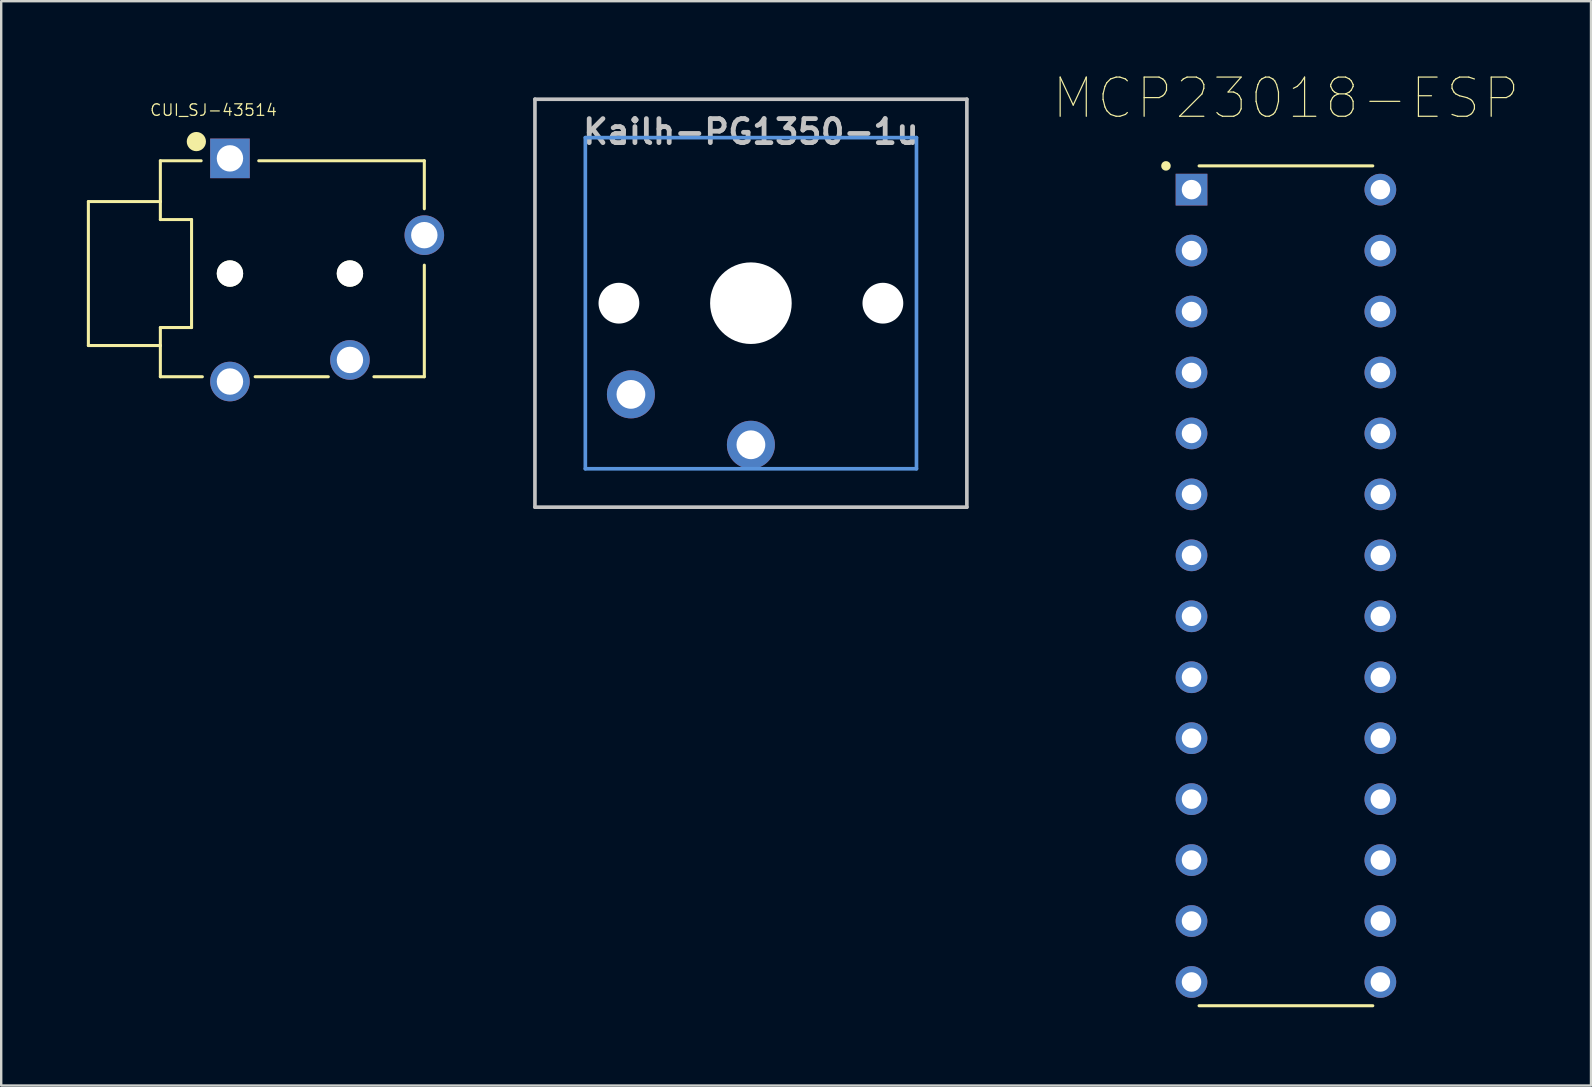
<source format=kicad_pcb>
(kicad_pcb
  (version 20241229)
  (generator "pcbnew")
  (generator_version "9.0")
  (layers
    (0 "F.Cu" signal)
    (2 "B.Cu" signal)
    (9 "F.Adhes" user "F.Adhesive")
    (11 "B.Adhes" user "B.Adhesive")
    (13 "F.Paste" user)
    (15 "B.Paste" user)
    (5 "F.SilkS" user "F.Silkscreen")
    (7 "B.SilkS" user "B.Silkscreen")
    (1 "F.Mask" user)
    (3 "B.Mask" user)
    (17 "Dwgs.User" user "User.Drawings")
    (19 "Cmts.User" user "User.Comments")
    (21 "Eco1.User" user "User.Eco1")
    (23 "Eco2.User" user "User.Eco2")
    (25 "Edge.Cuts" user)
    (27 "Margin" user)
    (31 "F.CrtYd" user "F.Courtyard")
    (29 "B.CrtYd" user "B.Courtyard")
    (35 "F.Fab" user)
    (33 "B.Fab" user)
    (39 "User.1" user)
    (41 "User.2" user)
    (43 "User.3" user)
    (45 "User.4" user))
  (footprint "Kailh-PG1350-1u"
    (layer "F.Cu")
    (at 28.243 9.585)
    (property "Reference" "Kailh-PG1350-1u" (at 0 -7.144 180) (layer "Dwgs.User") (effects (font (size 1 1) (thickness 0.2))))
    (attr through_hole)
    (fp_line (start -9 -8.5) (end 9 -8.5) (stroke (width 0.152) (type solid)) (layer "Dwgs.User"))
    (fp_line (start -9 8.5) (end -9 -8.5) (stroke (width 0.152) (type solid)) (layer "Dwgs.User"))
    (fp_line (start 9 -8.5) (end 9 8.5) (stroke (width 0.152) (type solid)) (layer "Dwgs.User"))
    (fp_line (start 9 8.5) (end -9 8.5) (stroke (width 0.152) (type solid)) (layer "Dwgs.User"))
    (fp_line (start -6.9 -6.9) (end 6.9 -6.9) (stroke (width 0.152) (type solid)) (layer "Cmts.User"))
    (fp_line (start -6.9 6.9) (end -6.9 -6.9) (stroke (width 0.152) (type solid)) (layer "Cmts.User"))
    (fp_line (start 6.9 -6.9) (end 6.9 6.9) (stroke (width 0.152) (type solid)) (layer "Cmts.User"))
    (fp_line (start 6.9 6.9) (end -6.9 6.9) (stroke (width 0.152) (type solid)) (layer "Cmts.User"))
    (fp_line (start -9.525 -9.525) (end -9.525 9.525) (stroke (width 0.12) (type solid)) (layer "Eco1.User"))
    (fp_line (start -9.525 -9.525) (end 9.525 -9.525) (stroke (width 0.12) (type solid)) (layer "Eco1.User"))
    (fp_line (start -9.525 9.525) (end 9.525 9.525) (stroke (width 0.12) (type solid)) (layer "Eco1.User"))
    (fp_line (start 9.525 -9.525) (end 9.525 9.525) (stroke (width 0.12) (type solid)) (layer "Eco1.User"))
    (fp_line (start -7.5 -7.5) (end 7.5 -7.5) (stroke (width 0.152) (type solid)) (layer "Eco2.User"))
    (fp_line (start -7.5 7.5) (end -7.5 -7.5) (stroke (width 0.152) (type solid)) (layer "Eco2.User"))
    (fp_line (start 7.5 -7.5) (end 7.5 7.5) (stroke (width 0.152) (type solid)) (layer "Eco2.User"))
    (fp_line (start 7.5 7.5) (end -7.5 7.5) (stroke (width 0.152) (type solid)) (layer "Eco2.User"))
    (pad "" np_thru_hole circle (at -5.5 0 180) (size 1.7 1.7) (drill 1.7) (layers "*.Cu" "*.Mask"))
    (pad "" np_thru_hole circle (at 0 0 180) (size 3.4 3.4) (drill 3.4) (layers "*.Cu" "*.Mask"))
    (pad "" np_thru_hole circle (at 5.5 0 180) (size 1.7 1.7) (drill 1.7) (layers "*.Cu" "*.Mask"))
    (pad "1" thru_hole circle (at 0 5.9 180) (size 2 2) (drill 1.2) (layers "*.Cu" "*.Mask"))
    (pad "2" thru_hole circle (at -5 3.8 41.9) (size 2 2) (drill 1.2) (layers "*.Cu" "*.Mask")))
  (footprint "CUI_SJ-43514"
    (layer "F.Cu")
    (at 9.133 8.35)
    (property "Reference" "CUI_SJ-43514" (at -3.285 -6.813 0) (layer "F.SilkS") (effects (font (size 0.481 0.481) (thickness 0.05))))
    (attr through_hole)
    (fp_line (start -8.5 -3) (end -5.5 -3) (stroke (width 0.127) (type solid)) (layer "F.SilkS"))
    (fp_line (start -8.5 3) (end -8.5 -3) (stroke (width 0.127) (type solid)) (layer "F.SilkS"))
    (fp_line (start -5.5 -4.7) (end -5.5 -3) (stroke (width 0.127) (type solid)) (layer "F.SilkS"))
    (fp_line (start -5.5 -3) (end -5.5 -2.25) (stroke (width 0.127) (type solid)) (layer "F.SilkS"))
    (fp_line (start -5.5 -2.25) (end -4.2 -2.25) (stroke (width 0.127) (type solid)) (layer "F.SilkS"))
    (fp_line (start -5.5 2.25) (end -5.5 3) (stroke (width 0.127) (type solid)) (layer "F.SilkS"))
    (fp_line (start -5.5 3) (end -8.5 3) (stroke (width 0.127) (type solid)) (layer "F.SilkS"))
    (fp_line (start -5.5 3) (end -5.5 4.3) (stroke (width 0.127) (type solid)) (layer "F.SilkS"))
    (fp_line (start -5.5 4.3) (end -3.75 4.3) (stroke (width 0.127) (type solid)) (layer "F.SilkS"))
    (fp_line (start -4.2 -2.25) (end -4.2 2.25) (stroke (width 0.127) (type solid)) (layer "F.SilkS"))
    (fp_line (start -4.2 2.25) (end -5.5 2.25) (stroke (width 0.127) (type solid)) (layer "F.SilkS"))
    (fp_line (start -3.8 -4.7) (end -5.5 -4.7) (stroke (width 0.127) (type solid)) (layer "F.SilkS"))
    (fp_line (start -1.4 -4.7) (end 5.5 -4.7) (stroke (width 0.127) (type solid)) (layer "F.SilkS"))
    (fp_line (start 1.5 4.3) (end -1.55 4.3) (stroke (width 0.127) (type solid)) (layer "F.SilkS"))
    (fp_line (start 5.5 -4.7) (end 5.5 -2.7) (stroke (width 0.127) (type solid)) (layer "F.SilkS"))
    (fp_line (start 5.5 -0.35) (end 5.5 4.3) (stroke (width 0.127) (type solid)) (layer "F.SilkS"))
    (fp_line (start 5.5 4.3) (end 3.4 4.3) (stroke (width 0.127) (type solid)) (layer "F.SilkS"))
    (fp_circle (center -4 -5.5) (end -3.8 -5.5) (stroke (width 0.4) (type solid)) (fill no) (layer "F.SilkS"))
    (fp_line (start -8.75 -3.25) (end -5.75 -3.25) (stroke (width 0.05) (type solid)) (layer "Eco1.User"))
    (fp_line (start -8.75 3.25) (end -8.75 -3.25) (stroke (width 0.05) (type solid)) (layer "Eco1.User"))
    (fp_line (start -5.75 -5) (end -3.65 -5) (stroke (width 0.05) (type solid)) (layer "Eco1.User"))
    (fp_line (start -5.75 -3.25) (end -5.75 -5) (stroke (width 0.05) (type solid)) (layer "Eco1.User"))
    (fp_line (start -5.75 3.25) (end -8.75 3.25) (stroke (width 0.05) (type solid)) (layer "Eco1.User"))
    (fp_line (start -5.75 4.5) (end -5.75 3.25) (stroke (width 0.05) (type solid)) (layer "Eco1.User"))
    (fp_line (start -3.75 4.5) (end -5.75 4.5) (stroke (width 0.05) (type solid)) (layer "Eco1.User"))
    (fp_line (start -3.75 5.55) (end -3.75 4.5) (stroke (width 0.05) (type solid)) (layer "Eco1.User"))
    (fp_line (start -3.65 -5.85) (end -1.5 -5.85) (stroke (width 0.05) (type solid)) (layer "Eco1.User"))
    (fp_line (start -3.65 -5) (end -3.65 -5.85) (stroke (width 0.05) (type solid)) (layer "Eco1.User"))
    (fp_line (start -1.5 -5.85) (end -1.5 -5) (stroke (width 0.05) (type solid)) (layer "Eco1.User"))
    (fp_line (start -1.5 -5) (end 5.75 -5) (stroke (width 0.05) (type solid)) (layer "Eco1.User"))
    (fp_line (start -1.5 4.75) (end -1.5 5.55) (stroke (width 0.05) (type solid)) (layer "Eco1.User"))
    (fp_line (start -1.5 5.55) (end -3.75 5.55) (stroke (width 0.05) (type solid)) (layer "Eco1.User"))
    (fp_line (start 5.75 -5) (end 5.75 -2.5) (stroke (width 0.05) (type solid)) (layer "Eco1.User"))
    (fp_line (start 5.75 -2.5) (end 6.5 -2.5) (stroke (width 0.05) (type solid)) (layer "Eco1.User"))
    (fp_line (start 5.75 -0.5) (end 5.75 4.75) (stroke (width 0.05) (type solid)) (layer "Eco1.User"))
    (fp_line (start 5.75 4.75) (end -1.5 4.75) (stroke (width 0.05) (type solid)) (layer "Eco1.User"))
    (fp_line (start 6.5 -2.5) (end 6.5 -0.5) (stroke (width 0.05) (type solid)) (layer "Eco1.User"))
    (fp_line (start 6.5 -0.5) (end 5.75 -0.5) (stroke (width 0.05) (type solid)) (layer "Eco1.User"))
    (fp_line (start -8.5 -3) (end -8.5 3) (stroke (width 0.127) (type solid)) (layer "Eco2.User"))
    (fp_line (start -8.5 3) (end -5.5 3) (stroke (width 0.127) (type solid)) (layer "Eco2.User"))
    (fp_line (start -5.5 -4.7) (end -5.5 -3) (stroke (width 0.127) (type solid)) (layer "Eco2.User"))
    (fp_line (start -5.5 -4.7) (end 5.5 -4.7) (stroke (width 0.127) (type solid)) (layer "Eco2.User"))
    (fp_line (start -5.5 -3) (end -8.5 -3) (stroke (width 0.127) (type solid)) (layer "Eco2.User"))
    (fp_line (start -5.5 -3) (end -5.5 -2.25) (stroke (width 0.127) (type solid)) (layer "Eco2.User"))
    (fp_line (start -5.5 -2.25) (end -4.2 -2.25) (stroke (width 0.127) (type solid)) (layer "Eco2.User"))
    (fp_line (start -5.5 2.25) (end -5.5 3) (stroke (width 0.127) (type solid)) (layer "Eco2.User"))
    (fp_line (start -5.5 3) (end -5.5 4.3) (stroke (width 0.127) (type solid)) (layer "Eco2.User"))
    (fp_line (start -5.5 4.3) (end 5.5 4.3) (stroke (width 0.127) (type solid)) (layer "Eco2.User"))
    (fp_line (start -4.2 -2.25) (end -4.2 2.25) (stroke (width 0.127) (type solid)) (layer "Eco2.User"))
    (fp_line (start -4.2 2.25) (end -5.5 2.25) (stroke (width 0.127) (type solid)) (layer "Eco2.User"))
    (fp_line (start 5.5 -4.7) (end 5.5 4.3) (stroke (width 0.127) (type solid)) (layer "Eco2.User"))
    (fp_line (start -5.5 -8.35) (end -5.5 -2.25) (stroke (width 0.0001) (type solid)) (layer "Edge.Cuts"))
    (fp_line (start -5.5 -2.25) (end -4.2 -2.25) (stroke (width 0.0001) (type solid)) (layer "Edge.Cuts"))
    (fp_line (start -5.5 2.25) (end -5.5 8.85) (stroke (width 0.0001) (type solid)) (layer "Edge.Cuts"))
    (fp_line (start -4.2 -2.25) (end -4.2 2.25) (stroke (width 0.0001) (type solid)) (layer "Edge.Cuts"))
    (fp_line (start -4.2 2.25) (end -5.5 2.25) (stroke (width 0.0001) (type solid)) (layer "Edge.Cuts"))
    (fp_text user "PCB~{EDGE}" (at -5.753 8.505 0) (layer "Edge.Cuts") (effects (font (size 1 1) (thickness 0.05))))
    (pad "" np_thru_hole circle (at -2.6 0) (size 1.1 1.1) (drill 1.1) (layers "*.Cu" "*.Mask" "F.SilkS"))
    (pad "" np_thru_hole circle (at 2.4 0) (size 1.1 1.1) (drill 1.1) (layers "*.Cu" "*.Mask" "F.SilkS"))
    (pad "R1" thru_hole circle (at 5.5 -1.6) (size 1.65 1.65) (drill 1.1) (layers "*.Cu" "*.Mask"))
    (pad "R2" thru_hole circle (at -2.6 4.5) (size 1.65 1.65) (drill 1.1) (layers "*.Cu" "*.Mask"))
    (pad "S" thru_hole rect (at -2.6 -4.8) (size 1.65 1.65) (drill 1.1) (layers "*.Cu" "*.Mask"))
    (pad "T" thru_hole circle (at 2.4 3.6) (size 1.65 1.65) (drill 1.1) (layers "*.Cu" "*.Mask")))
  (footprint "MCP23018-ESP"
    (layer "F.Cu")
    (at 50.54 21.363)
    (property "Reference" "MCP23018-ESP" (at 0 -20.32 0) (layer "F.SilkS") (effects (font (size 1.633 1.633) (thickness 0.05))))
    (attr through_hole)
    (fp_line (start -3.62 -17.5) (end 3.62 -17.5) (stroke (width 0.127) (type solid)) (layer "F.SilkS"))
    (fp_line (start -3.62 17.5) (end 3.62 17.5) (stroke (width 0.127) (type solid)) (layer "F.SilkS"))
    (fp_circle (center -5 -17.5) (end -4.9 -17.5) (stroke (width 0.2) (type solid)) (fill no) (layer "F.SilkS"))
    (fp_line (start -5.27 -17.8) (end 5.27 -17.8) (stroke (width 0.05) (type solid)) (layer "Eco1.User"))
    (fp_line (start -5.27 17.8) (end -5.27 -17.8) (stroke (width 0.05) (type solid)) (layer "Eco1.User"))
    (fp_line (start 5.27 -17.8) (end 5.27 17.8) (stroke (width 0.05) (type solid)) (layer "Eco1.User"))
    (fp_line (start 5.27 17.8) (end -5.27 17.8) (stroke (width 0.05) (type solid)) (layer "Eco1.User"))
    (fp_line (start -3.62 -17.5) (end -3.62 17.5) (stroke (width 0.127) (type solid)) (layer "Eco2.User"))
    (fp_line (start 3.62 17.5) (end 3.62 -17.5) (stroke (width 0.127) (type solid)) (layer "Eco2.User"))
    (fp_circle (center -2.35 -16.2) (end -1.889 -16.2) (stroke (width 0.127) (type solid)) (fill no) (layer "Eco2.User"))
    (pad "1" thru_hole rect (at -3.935 -16.51) (size 1.321 1.321) (drill 0.813) (layers "*.Cu" "*.Mask"))
    (pad "2" thru_hole circle (at -3.935 -13.97) (size 1.321 1.321) (drill 0.813) (layers "*.Cu" "*.Mask"))
    (pad "3" thru_hole circle (at -3.935 -11.43) (size 1.321 1.321) (drill 0.813) (layers "*.Cu" "*.Mask"))
    (pad "4" thru_hole circle (at -3.935 -8.89) (size 1.321 1.321) (drill 0.813) (layers "*.Cu" "*.Mask"))
    (pad "5" thru_hole circle (at -3.935 -6.35) (size 1.321 1.321) (drill 0.813) (layers "*.Cu" "*.Mask"))
    (pad "6" thru_hole circle (at -3.935 -3.81) (size 1.321 1.321) (drill 0.813) (layers "*.Cu" "*.Mask"))
    (pad "7" thru_hole circle (at -3.935 -1.27) (size 1.321 1.321) (drill 0.813) (layers "*.Cu" "*.Mask"))
    (pad "8" thru_hole circle (at -3.935 1.27) (size 1.321 1.321) (drill 0.813) (layers "*.Cu" "*.Mask"))
    (pad "9" thru_hole circle (at -3.935 3.81) (size 1.321 1.321) (drill 0.813) (layers "*.Cu" "*.Mask"))
    (pad "10" thru_hole circle (at -3.935 6.35) (size 1.321 1.321) (drill 0.813) (layers "*.Cu" "*.Mask"))
    (pad "11" thru_hole circle (at -3.935 8.89) (size 1.321 1.321) (drill 0.813) (layers "*.Cu" "*.Mask"))
    (pad "12" thru_hole circle (at -3.935 11.43) (size 1.321 1.321) (drill 0.813) (layers "*.Cu" "*.Mask"))
    (pad "13" thru_hole circle (at -3.935 13.97) (size 1.321 1.321) (drill 0.813) (layers "*.Cu" "*.Mask"))
    (pad "14" thru_hole circle (at -3.935 16.51) (size 1.321 1.321) (drill 0.813) (layers "*.Cu" "*.Mask"))
    (pad "15" thru_hole circle (at 3.935 16.51) (size 1.321 1.321) (drill 0.813) (layers "*.Cu" "*.Mask"))
    (pad "16" thru_hole circle (at 3.935 13.97) (size 1.321 1.321) (drill 0.813) (layers "*.Cu" "*.Mask"))
    (pad "17" thru_hole circle (at 3.935 11.43) (size 1.321 1.321) (drill 0.813) (layers "*.Cu" "*.Mask"))
    (pad "18" thru_hole circle (at 3.935 8.89) (size 1.321 1.321) (drill 0.813) (layers "*.Cu" "*.Mask"))
    (pad "19" thru_hole circle (at 3.935 6.35) (size 1.321 1.321) (drill 0.813) (layers "*.Cu" "*.Mask"))
    (pad "20" thru_hole circle (at 3.935 3.81) (size 1.321 1.321) (drill 0.813) (layers "*.Cu" "*.Mask"))
    (pad "21" thru_hole circle (at 3.935 1.27) (size 1.321 1.321) (drill 0.813) (layers "*.Cu" "*.Mask"))
    (pad "22" thru_hole circle (at 3.935 -1.27) (size 1.321 1.321) (drill 0.813) (layers "*.Cu" "*.Mask"))
    (pad "23" thru_hole circle (at 3.935 -3.81) (size 1.321 1.321) (drill 0.813) (layers "*.Cu" "*.Mask"))
    (pad "24" thru_hole circle (at 3.935 -6.35) (size 1.321 1.321) (drill 0.813) (layers "*.Cu" "*.Mask"))
    (pad "25" thru_hole circle (at 3.935 -8.89) (size 1.321 1.321) (drill 0.813) (layers "*.Cu" "*.Mask"))
    (pad "26" thru_hole circle (at 3.935 -11.43) (size 1.321 1.321) (drill 0.813) (layers "*.Cu" "*.Mask"))
    (pad "27" thru_hole circle (at 3.935 -13.97) (size 1.321 1.321) (drill 0.813) (layers "*.Cu" "*.Mask"))
    (pad "28" thru_hole circle (at 3.935 -16.51) (size 1.321 1.321) (drill 0.813) (layers "*.Cu" "*.Mask")))
  (gr_rect
    (start -3 -3)
    (end 63.253 42.188)
    (stroke (width 0.1) (type default))
    (fill no)
    (layer "Edge.Cuts")))
</source>
